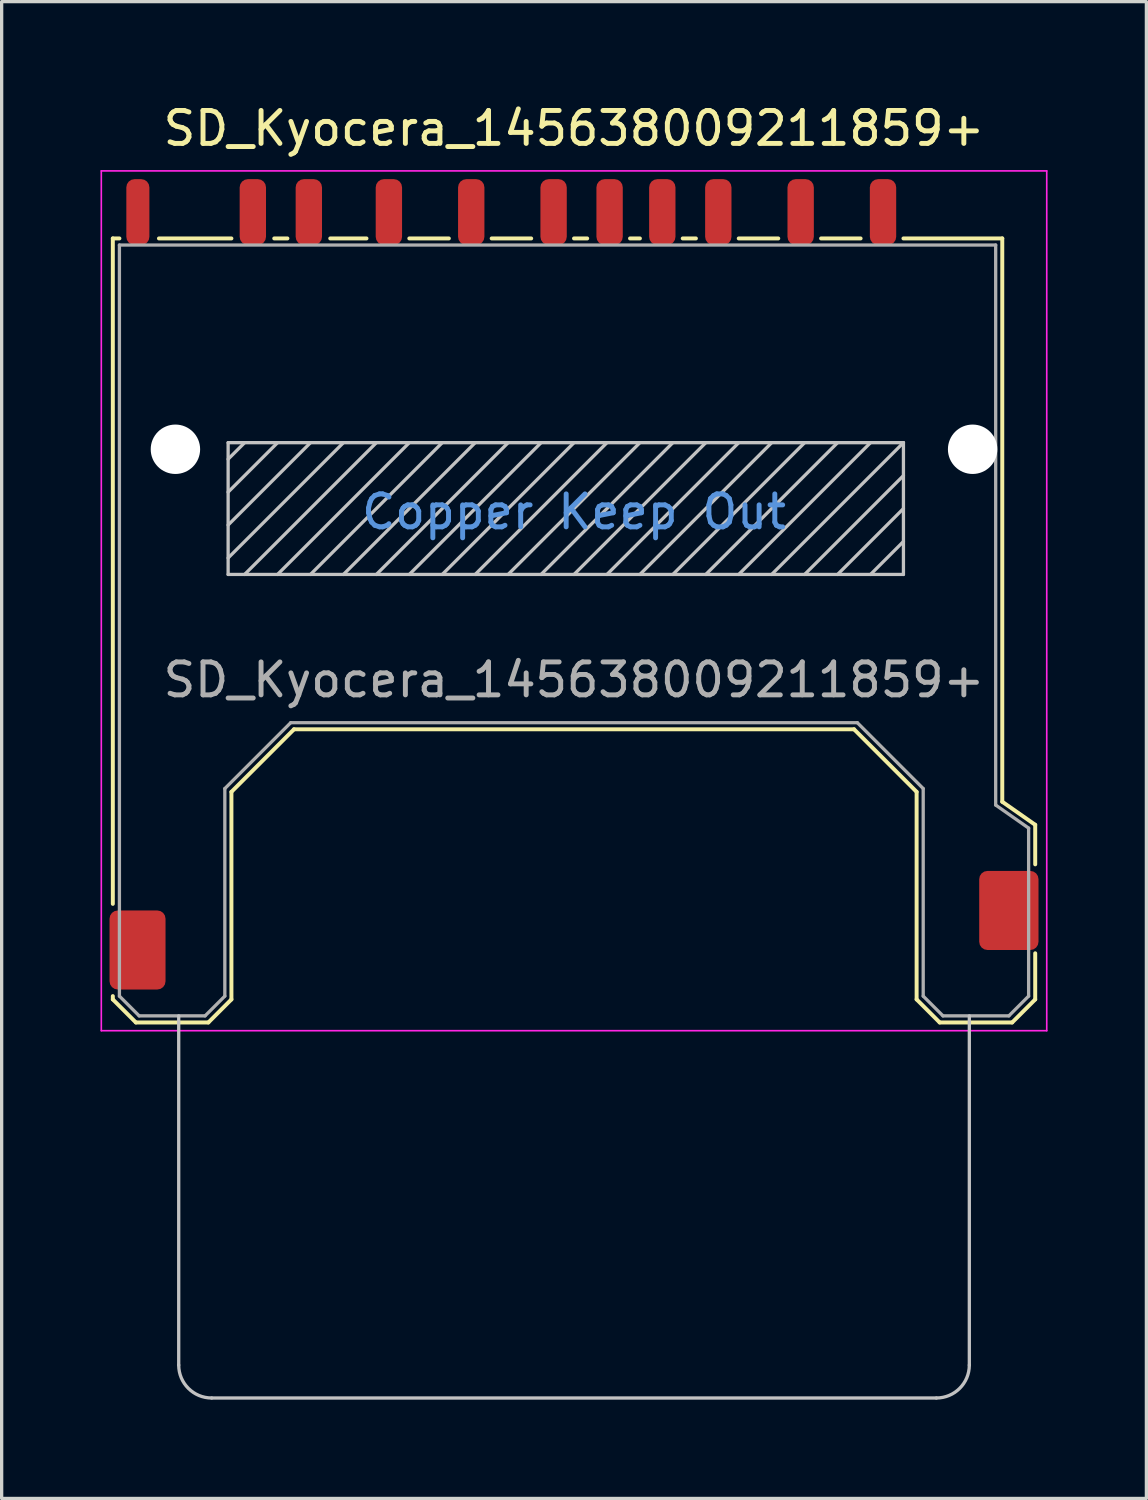
<source format=kicad_pcb>
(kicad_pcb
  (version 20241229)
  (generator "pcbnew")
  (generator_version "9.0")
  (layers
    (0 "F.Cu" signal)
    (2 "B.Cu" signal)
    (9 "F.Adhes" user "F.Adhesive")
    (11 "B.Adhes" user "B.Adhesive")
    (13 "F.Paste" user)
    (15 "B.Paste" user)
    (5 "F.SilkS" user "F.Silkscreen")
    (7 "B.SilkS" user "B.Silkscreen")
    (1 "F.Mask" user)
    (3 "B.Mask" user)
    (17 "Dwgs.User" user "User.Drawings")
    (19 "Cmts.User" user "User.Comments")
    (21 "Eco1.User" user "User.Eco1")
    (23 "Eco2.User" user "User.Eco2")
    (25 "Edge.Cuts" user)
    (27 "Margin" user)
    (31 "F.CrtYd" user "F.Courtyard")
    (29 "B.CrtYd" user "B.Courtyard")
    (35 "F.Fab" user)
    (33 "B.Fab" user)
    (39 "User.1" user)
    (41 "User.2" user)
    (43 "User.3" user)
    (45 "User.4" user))
  (footprint "SD_Kyocera_145638009211859+"
    (layer "F.Cu")
    (at 14.375 15.888)
    (property "Reference" "SD_Kyocera_145638009211859+" (at 0 -15.04 180) (layer "F.SilkS") (effects (font (size 1 1) (thickness 0.15))))
    (attr smd)
    (fp_line (start -14 -11.7) (end -14 8.5) (stroke (width 0.12) (type solid)) (layer "F.SilkS"))
    (fp_line (start -14 11.3) (end -14 11.4) (stroke (width 0.12) (type solid)) (layer "F.SilkS"))
    (fp_line (start -13.8 -11.7) (end -14 -11.7) (stroke (width 0.12) (type solid)) (layer "F.SilkS"))
    (fp_line (start -13.3 12.1) (end -14 11.4) (stroke (width 0.12) (type solid)) (layer "F.SilkS"))
    (fp_line (start -13.3 12.1) (end -11.1 12.1) (stroke (width 0.12) (type solid)) (layer "F.SilkS"))
    (fp_line (start -10.4 -11.7) (end -12.6 -11.7) (stroke (width 0.12) (type solid)) (layer "F.SilkS"))
    (fp_line (start -10.4 11.4) (end -11.1 12.1) (stroke (width 0.12) (type solid)) (layer "F.SilkS"))
    (fp_line (start -10.4 11.4) (end -10.4 5.1) (stroke (width 0.12) (type solid)) (layer "F.SilkS"))
    (fp_line (start -8.7 -11.7) (end -9.1 -11.7) (stroke (width 0.12) (type solid)) (layer "F.SilkS"))
    (fp_line (start -8.5 3.2) (end -10.4 5.1) (stroke (width 0.12) (type solid)) (layer "F.SilkS"))
    (fp_line (start -8.5 3.2) (end 8.5 3.2) (stroke (width 0.12) (type solid)) (layer "F.SilkS"))
    (fp_line (start -6.3 -11.7) (end -7.4 -11.7) (stroke (width 0.12) (type solid)) (layer "F.SilkS"))
    (fp_line (start -3.8 -11.7) (end -5 -11.7) (stroke (width 0.12) (type solid)) (layer "F.SilkS"))
    (fp_line (start -1.3 -11.7) (end -2.5 -11.7) (stroke (width 0.12) (type solid)) (layer "F.SilkS"))
    (fp_line (start 0.4 -11.7) (end 0 -11.7) (stroke (width 0.12) (type solid)) (layer "F.SilkS"))
    (fp_line (start 2 -11.7) (end 1.7 -11.7) (stroke (width 0.12) (type solid)) (layer "F.SilkS"))
    (fp_line (start 3.7 -11.7) (end 3.3 -11.7) (stroke (width 0.12) (type solid)) (layer "F.SilkS"))
    (fp_line (start 6.2 -11.7) (end 5 -11.7) (stroke (width 0.12) (type solid)) (layer "F.SilkS"))
    (fp_line (start 8.5 3.2) (end 10.4 5.1) (stroke (width 0.12) (type solid)) (layer "F.SilkS"))
    (fp_line (start 8.7 -11.7) (end 7.5 -11.7) (stroke (width 0.12) (type solid)) (layer "F.SilkS"))
    (fp_line (start 10.4 11.4) (end 10.4 5.1) (stroke (width 0.12) (type solid)) (layer "F.SilkS"))
    (fp_line (start 10.4 11.4) (end 11.1 12.1) (stroke (width 0.12) (type solid)) (layer "F.SilkS"))
    (fp_line (start 13 -11.7) (end 10 -11.7) (stroke (width 0.12) (type solid)) (layer "F.SilkS"))
    (fp_line (start 13 5.4) (end 13 -11.7) (stroke (width 0.12) (type solid)) (layer "F.SilkS"))
    (fp_line (start 13.3 12.1) (end 11.1 12.1) (stroke (width 0.12) (type solid)) (layer "F.SilkS"))
    (fp_line (start 13.3 12.1) (end 14 11.4) (stroke (width 0.12) (type solid)) (layer "F.SilkS"))
    (fp_line (start 14 6.1) (end 13 5.4) (stroke (width 0.12) (type solid)) (layer "F.SilkS"))
    (fp_line (start 14 6.1) (end 14 7.3) (stroke (width 0.12) (type solid)) (layer "F.SilkS"))
    (fp_line (start 14 10) (end 14 11.4) (stroke (width 0.12) (type solid)) (layer "F.SilkS"))
    (fp_line (start -12 11.9) (end -12 22.5) (stroke (width 0.1) (type solid)) (layer "Dwgs.User"))
    (fp_line (start -11 23.5) (end 11 23.5) (stroke (width 0.1) (type solid)) (layer "Dwgs.User"))
    (fp_line (start -10.5 -5.5) (end 10 -5.5) (stroke (width 0.1) (type solid)) (layer "Dwgs.User"))
    (fp_line (start -10.5 -1.5) (end -10.5 -5.5) (stroke (width 0.1) (type solid)) (layer "Dwgs.User"))
    (fp_line (start -10 -5.5) (end -10.5 -5) (stroke (width 0.1) (type solid)) (layer "Dwgs.User"))
    (fp_line (start -9 -5.5) (end -10.5 -4) (stroke (width 0.1) (type solid)) (layer "Dwgs.User"))
    (fp_line (start -8 -5.5) (end -10.5 -3) (stroke (width 0.1) (type solid)) (layer "Dwgs.User"))
    (fp_line (start -7 -5.5) (end -10.5 -2) (stroke (width 0.1) (type solid)) (layer "Dwgs.User"))
    (fp_line (start -6 -5.5) (end -10 -1.5) (stroke (width 0.1) (type solid)) (layer "Dwgs.User"))
    (fp_line (start -5 -5.5) (end -9 -1.5) (stroke (width 0.1) (type solid)) (layer "Dwgs.User"))
    (fp_line (start -4 -5.5) (end -8 -1.5) (stroke (width 0.1) (type solid)) (layer "Dwgs.User"))
    (fp_line (start -3 -5.5) (end -7 -1.5) (stroke (width 0.1) (type solid)) (layer "Dwgs.User"))
    (fp_line (start -2 -5.5) (end -6 -1.5) (stroke (width 0.1) (type solid)) (layer "Dwgs.User"))
    (fp_line (start -1 -5.5) (end -5 -1.5) (stroke (width 0.1) (type solid)) (layer "Dwgs.User"))
    (fp_line (start 0 -5.5) (end -4 -1.5) (stroke (width 0.1) (type solid)) (layer "Dwgs.User"))
    (fp_line (start 1 -5.5) (end -3 -1.5) (stroke (width 0.1) (type solid)) (layer "Dwgs.User"))
    (fp_line (start 2 -5.5) (end -2 -1.5) (stroke (width 0.1) (type solid)) (layer "Dwgs.User"))
    (fp_line (start 3 -5.5) (end -1 -1.5) (stroke (width 0.1) (type solid)) (layer "Dwgs.User"))
    (fp_line (start 4 -5.5) (end 0 -1.5) (stroke (width 0.1) (type solid)) (layer "Dwgs.User"))
    (fp_line (start 5 -5.5) (end 1 -1.5) (stroke (width 0.1) (type solid)) (layer "Dwgs.User"))
    (fp_line (start 6 -5.5) (end 2 -1.5) (stroke (width 0.1) (type solid)) (layer "Dwgs.User"))
    (fp_line (start 7 -5.5) (end 3 -1.5) (stroke (width 0.1) (type solid)) (layer "Dwgs.User"))
    (fp_line (start 8 -5.5) (end 4 -1.5) (stroke (width 0.1) (type solid)) (layer "Dwgs.User"))
    (fp_line (start 9 -5.5) (end 5 -1.5) (stroke (width 0.1) (type solid)) (layer "Dwgs.User"))
    (fp_line (start 10 -5.5) (end 6 -1.5) (stroke (width 0.1) (type solid)) (layer "Dwgs.User"))
    (fp_line (start 10 -5.5) (end 10 -1.5) (stroke (width 0.1) (type solid)) (layer "Dwgs.User"))
    (fp_line (start 10 -4.5) (end 7 -1.5) (stroke (width 0.1) (type solid)) (layer "Dwgs.User"))
    (fp_line (start 10 -3.5) (end 8 -1.5) (stroke (width 0.1) (type solid)) (layer "Dwgs.User"))
    (fp_line (start 10 -2.5) (end 9 -1.5) (stroke (width 0.1) (type solid)) (layer "Dwgs.User"))
    (fp_line (start 10 -1.5) (end -10.5 -1.5) (stroke (width 0.1) (type solid)) (layer "Dwgs.User"))
    (fp_line (start 12 22.5) (end 12 11.9) (stroke (width 0.1) (type solid)) (layer "Dwgs.User"))
    (fp_arc (start -11 23.5) (mid -11.707107 23.207107) (end -12 22.5) (stroke (width 0.1) (type solid)) (layer "Dwgs.User"))
    (fp_arc (start 12 22.5) (mid 11.707107 23.207107) (end 11 23.5) (stroke (width 0.1) (type solid)) (layer "Dwgs.User"))
    (fp_line (start -14.35 -13.75) (end 14.35 -13.75) (stroke (width 0.05) (type solid)) (layer "F.CrtYd"))
    (fp_line (start -14.35 12.35) (end -14.35 -13.75) (stroke (width 0.05) (type solid)) (layer "F.CrtYd"))
    (fp_line (start 14.35 -13.75) (end 14.35 12.35) (stroke (width 0.05) (type solid)) (layer "F.CrtYd"))
    (fp_line (start 14.35 12.35) (end -14.35 12.35) (stroke (width 0.05) (type solid)) (layer "F.CrtYd"))
    (fp_line (start -13.8 -11.5) (end -13.8 11.3) (stroke (width 0.1) (type solid)) (layer "F.Fab"))
    (fp_line (start -13.2 11.9) (end -13.8 11.3) (stroke (width 0.1) (type solid)) (layer "F.Fab"))
    (fp_line (start -13.2 11.9) (end -11.2 11.9) (stroke (width 0.1) (type solid)) (layer "F.Fab"))
    (fp_line (start -10.6 11.3) (end -11.2 11.9) (stroke (width 0.1) (type solid)) (layer "F.Fab"))
    (fp_line (start -10.6 11.3) (end -10.6 5) (stroke (width 0.1) (type solid)) (layer "F.Fab"))
    (fp_line (start -8.6 3) (end -10.6 5) (stroke (width 0.1) (type solid)) (layer "F.Fab"))
    (fp_line (start -8.6 3) (end 8.6 3) (stroke (width 0.1) (type solid)) (layer "F.Fab"))
    (fp_line (start 10.6 5) (end 8.6 3) (stroke (width 0.1) (type solid)) (layer "F.Fab"))
    (fp_line (start 10.6 5) (end 10.6 11.3) (stroke (width 0.1) (type solid)) (layer "F.Fab"))
    (fp_line (start 11.2 11.9) (end 10.6 11.3) (stroke (width 0.1) (type solid)) (layer "F.Fab"))
    (fp_line (start 11.2 11.9) (end 13.2 11.9) (stroke (width 0.1) (type solid)) (layer "F.Fab"))
    (fp_line (start 12.8 -11.5) (end -13.8 -11.5) (stroke (width 0.1) (type solid)) (layer "F.Fab"))
    (fp_line (start 12.8 5.5) (end 12.8 -11.5) (stroke (width 0.1) (type solid)) (layer "F.Fab"))
    (fp_line (start 13.8 6.2) (end 12.8 5.5) (stroke (width 0.1) (type solid)) (layer "F.Fab"))
    (fp_line (start 13.8 11.3) (end 13.2 11.9) (stroke (width 0.1) (type solid)) (layer "F.Fab"))
    (fp_line (start 13.8 11.3) (end 13.8 6.2) (stroke (width 0.1) (type solid)) (layer "F.Fab"))
    (fp_text user "Copper Keep Out" (at 0 -3.4 180) (layer "Cmts.User") (effects (font (size 1 1) (thickness 0.15))))
    (fp_text user "${REFERENCE}" (at 0 1.7 180) (layer "F.Fab") (effects (font (size 1 1) (thickness 0.15))))
    (pad "" np_thru_hole circle (at -12.1 -5.3 180) (size 1.5 1.5) (drill 1.5) (layers "*.Cu" "*.Mask"))
    (pad "" np_thru_hole circle (at 12.1 -5.3 180) (size 1.5 1.5) (drill 1.5) (layers "*.Cu" "*.Mask"))
    (pad "1" smd roundrect (at 6.88 -12.5) (size 0.8 2) (layers "F.Cu" "F.Mask" "F.Paste") (roundrect_rratio 0.313))
    (pad "2" smd roundrect (at 4.38 -12.5) (size 0.8 2) (layers "F.Cu" "F.Mask" "F.Paste") (roundrect_rratio 0.313))
    (pad "3" smd roundrect (at 1.08 -12.5) (size 0.8 2) (layers "F.Cu" "F.Mask" "F.Paste") (roundrect_rratio 0.313))
    (pad "4" smd roundrect (at -0.62 -12.5) (size 0.8 2) (layers "F.Cu" "F.Mask" "F.Paste") (roundrect_rratio 0.313))
    (pad "5" smd roundrect (at -3.12 -12.5) (size 0.8 2) (layers "F.Cu" "F.Mask" "F.Paste") (roundrect_rratio 0.313))
    (pad "6" smd roundrect (at -5.62 -12.5) (size 0.8 2) (layers "F.Cu" "F.Mask" "F.Paste") (roundrect_rratio 0.313))
    (pad "7" smd roundrect (at -8.05 -12.5) (size 0.8 2) (layers "F.Cu" "F.Mask" "F.Paste") (roundrect_rratio 0.313))
    (pad "8" smd roundrect (at -9.75 -12.5) (size 0.8 2) (layers "F.Cu" "F.Mask" "F.Paste") (roundrect_rratio 0.313))
    (pad "9" smd roundrect (at 9.38 -12.5) (size 0.8 2) (layers "F.Cu" "F.Mask" "F.Paste") (roundrect_rratio 0.313))
    (pad "10" smd roundrect (at 2.68 -12.5) (size 0.8 2) (layers "F.Cu" "F.Mask" "F.Paste") (roundrect_rratio 0.313))
    (pad "11" smd roundrect (at -13.24 -12.5) (size 0.7 2) (layers "F.Cu" "F.Mask" "F.Paste") (roundrect_rratio 0.357))
    (pad "12" smd roundrect (at 13.2 8.7) (size 1.8 2.4) (layers "F.Cu" "F.Mask" "F.Paste") (roundrect_rratio 0.139))
    (pad "13" smd roundrect (at -13.25 9.9) (size 1.7 2.4) (layers "F.Cu" "F.Mask" "F.Paste") (roundrect_rratio 0.147)))
  (gr_rect
    (start -3 -3)
    (end 31.75 42.438)
    (stroke (width 0.1) (type default))
    (fill no)
    (layer "Edge.Cuts")))
</source>
